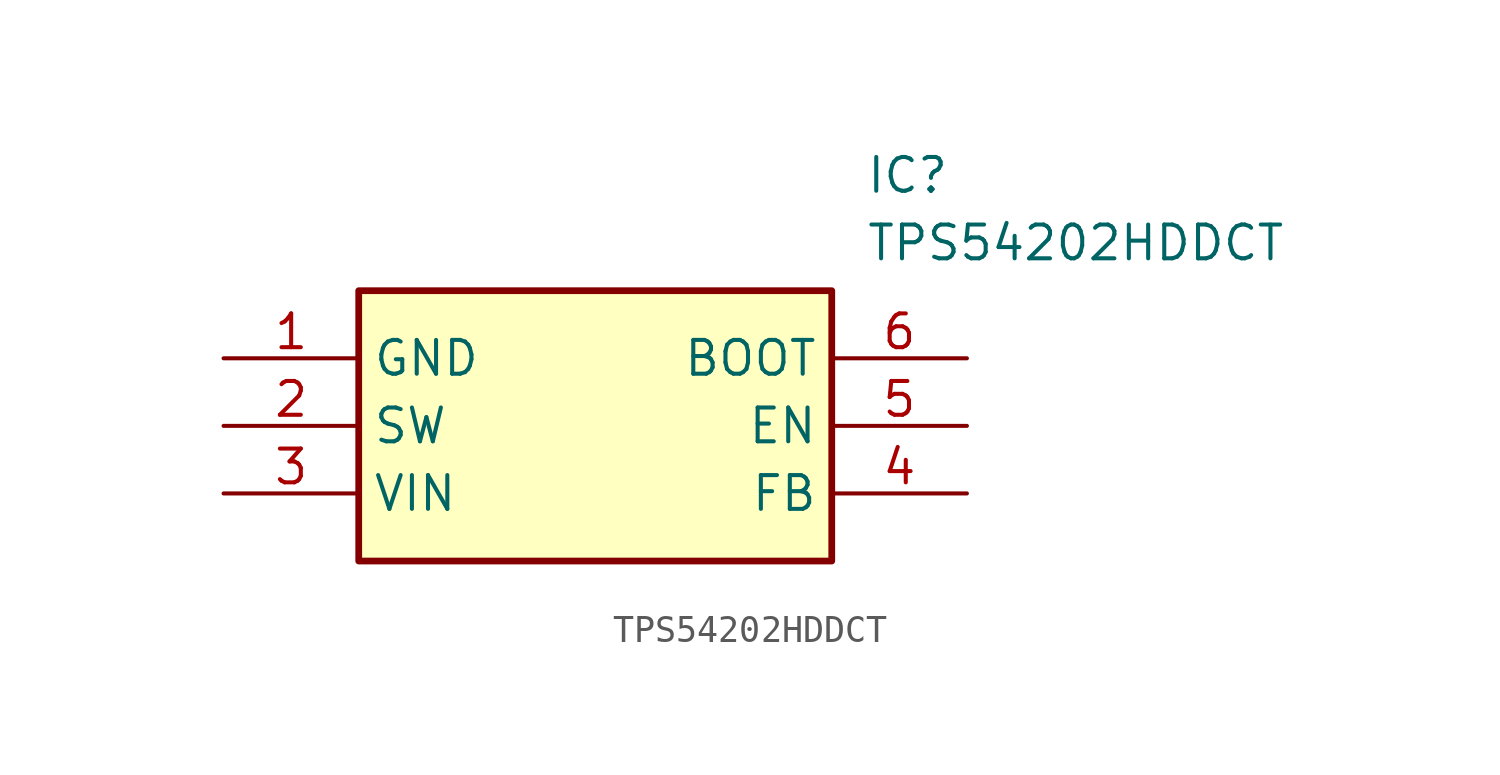
<source format=kicad_sym>
(kicad_symbol_lib
  (version 20220914)
  (generator SamacSys_ECAD_Model)
  (symbol "TPS54202HDDCT"
    (property "Reference" "IC"
      (at 24.13 7.62 0)
      (effects (font (size 1.27 1.27)) (justify left top)))
    (property "Value" "TPS54202HDDCT"
      (at 24.13 5.08 0)
      (effects (font (size 1.27 1.27)) (justify left top)))
    (rectangle
      (start 5.08 2.54)
      (end 22.86 -7.62)
      (stroke (width 0.254) (type default))
      (fill (type background)))
    (pin passive line
      (at 0 0 0)
      (length 5.08)
      (name "GND" (effects (font (size 1.27 1.27))))
      (number "1" (effects (font (size 1.27 1.27)))))
    (pin passive line
      (at 0 -2.54 0)
      (length 5.08)
      (name "SW" (effects (font (size 1.27 1.27))))
      (number "2" (effects (font (size 1.27 1.27)))))
    (pin passive line
      (at 0 -5.08 0)
      (length 5.08)
      (name "VIN" (effects (font (size 1.27 1.27))))
      (number "3" (effects (font (size 1.27 1.27)))))
    (pin passive line
      (at 27.94 0 180)
      (length 5.08)
      (name "BOOT" (effects (font (size 1.27 1.27))))
      (number "6" (effects (font (size 1.27 1.27)))))
    (pin passive line
      (at 27.94 -2.54 180)
      (length 5.08)
      (name "EN" (effects (font (size 1.27 1.27))))
      (number "5" (effects (font (size 1.27 1.27)))))
    (pin passive line
      (at 27.94 -5.08 180)
      (length 5.08)
      (name "FB" (effects (font (size 1.27 1.27))))
      (number "4" (effects (font (size 1.27 1.27)))))))
</source>
